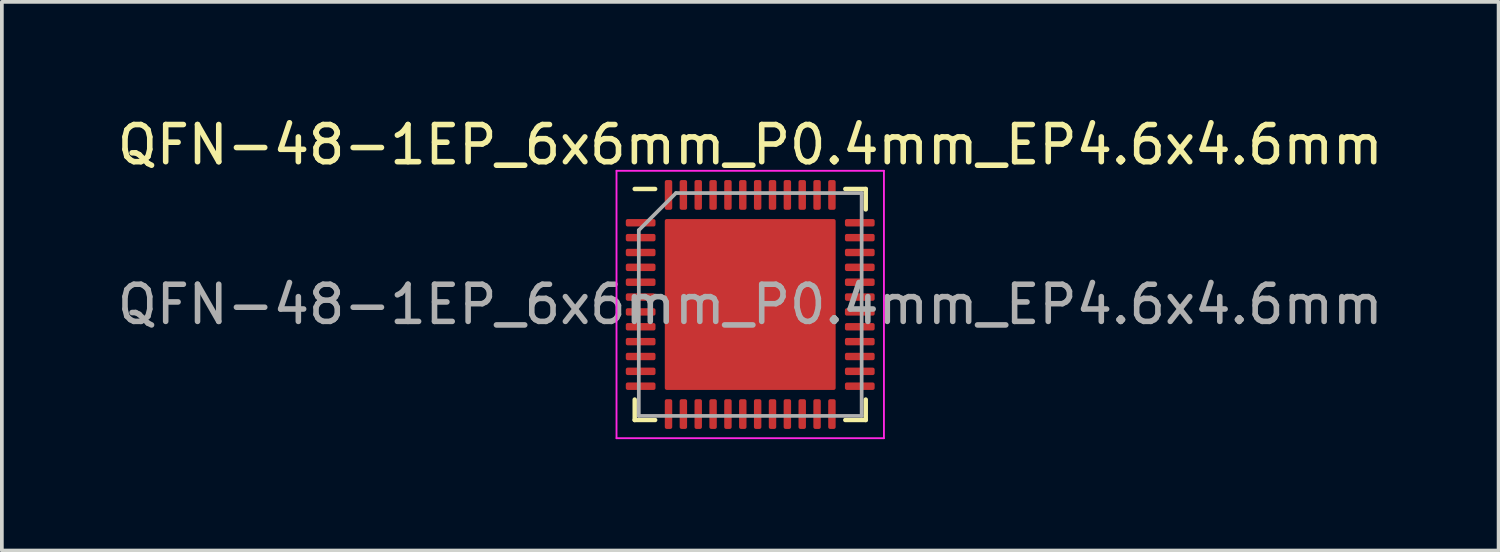
<source format=kicad_pcb>
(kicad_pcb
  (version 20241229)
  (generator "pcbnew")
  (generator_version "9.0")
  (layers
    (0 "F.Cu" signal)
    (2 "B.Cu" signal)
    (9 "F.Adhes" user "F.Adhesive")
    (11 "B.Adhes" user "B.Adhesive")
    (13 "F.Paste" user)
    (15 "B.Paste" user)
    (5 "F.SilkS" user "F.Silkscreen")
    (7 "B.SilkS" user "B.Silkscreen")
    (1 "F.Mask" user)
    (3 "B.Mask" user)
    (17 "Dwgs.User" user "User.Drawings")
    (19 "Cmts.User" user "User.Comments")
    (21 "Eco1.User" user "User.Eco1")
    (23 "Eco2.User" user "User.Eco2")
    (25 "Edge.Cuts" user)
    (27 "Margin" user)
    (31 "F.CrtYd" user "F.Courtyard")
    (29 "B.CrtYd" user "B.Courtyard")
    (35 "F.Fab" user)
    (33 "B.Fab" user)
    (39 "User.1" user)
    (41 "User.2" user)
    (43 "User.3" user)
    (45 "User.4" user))
  (footprint "QFN-48-1EP_6x6mm_P0.4mm_EP4.6x4.6mm"
    (layer "F.Cu")
    (at 17.149 5.148)
    (property "Reference" "QFN-48-1EP_6x6mm_P0.4mm_EP4.6x4.6mm" (at 0 -4.3 0) (layer "F.SilkS") (effects (font (size 1 1) (thickness 0.15))))
    (attr smd)
    (fp_line (start -3.11 3.11) (end -3.11 2.56) (stroke (width 0.12) (type solid)) (layer "F.SilkS"))
    (fp_line (start -2.56 -3.11) (end -3.11 -3.11) (stroke (width 0.12) (type solid)) (layer "F.SilkS"))
    (fp_line (start -2.56 3.11) (end -3.11 3.11) (stroke (width 0.12) (type solid)) (layer "F.SilkS"))
    (fp_line (start 2.56 -3.11) (end 3.11 -3.11) (stroke (width 0.12) (type solid)) (layer "F.SilkS"))
    (fp_line (start 2.56 3.11) (end 3.11 3.11) (stroke (width 0.12) (type solid)) (layer "F.SilkS"))
    (fp_line (start 3.11 -3.11) (end 3.11 -2.56) (stroke (width 0.12) (type solid)) (layer "F.SilkS"))
    (fp_line (start 3.11 3.11) (end 3.11 2.56) (stroke (width 0.12) (type solid)) (layer "F.SilkS"))
    (fp_line (start -3.6 -3.6) (end -3.6 3.6) (stroke (width 0.05) (type solid)) (layer "F.CrtYd"))
    (fp_line (start -3.6 3.6) (end 3.6 3.6) (stroke (width 0.05) (type solid)) (layer "F.CrtYd"))
    (fp_line (start 3.6 -3.6) (end -3.6 -3.6) (stroke (width 0.05) (type solid)) (layer "F.CrtYd"))
    (fp_line (start 3.6 3.6) (end 3.6 -3.6) (stroke (width 0.05) (type solid)) (layer "F.CrtYd"))
    (fp_line (start -3 -2) (end -2 -3) (stroke (width 0.1) (type solid)) (layer "F.Fab"))
    (fp_line (start -3 3) (end -3 -2) (stroke (width 0.1) (type solid)) (layer "F.Fab"))
    (fp_line (start -2 -3) (end 3 -3) (stroke (width 0.1) (type solid)) (layer "F.Fab"))
    (fp_line (start 3 -3) (end 3 3) (stroke (width 0.1) (type solid)) (layer "F.Fab"))
    (fp_line (start 3 3) (end -3 3) (stroke (width 0.1) (type solid)) (layer "F.Fab"))
    (fp_text user "${REFERENCE}" (at 0 0 0) (layer "F.Fab") (effects (font (size 1 1) (thickness 0.15))))
    (pad "" smd roundrect (at -1.53 -1.53) (size 1.24 1.24) (layers "F.Paste") (roundrect_rratio 0.202))
    (pad "" smd roundrect (at -1.53 0) (size 1.24 1.24) (layers "F.Paste") (roundrect_rratio 0.202))
    (pad "" smd roundrect (at -1.53 1.53) (size 1.24 1.24) (layers "F.Paste") (roundrect_rratio 0.202))
    (pad "" smd roundrect (at 0 -1.53) (size 1.24 1.24) (layers "F.Paste") (roundrect_rratio 0.202))
    (pad "" smd roundrect (at 0 0) (size 1.24 1.24) (layers "F.Paste") (roundrect_rratio 0.202))
    (pad "" smd roundrect (at 0 1.53) (size 1.24 1.24) (layers "F.Paste") (roundrect_rratio 0.202))
    (pad "" smd roundrect (at 1.53 -1.53) (size 1.24 1.24) (layers "F.Paste") (roundrect_rratio 0.202))
    (pad "" smd roundrect (at 1.53 0) (size 1.24 1.24) (layers "F.Paste") (roundrect_rratio 0.202))
    (pad "" smd roundrect (at 1.53 1.53) (size 1.24 1.24) (layers "F.Paste") (roundrect_rratio 0.202))
    (pad "1" smd roundrect (at -2.95 -2.2) (size 0.8 0.2) (layers "F.Cu" "F.Mask" "F.Paste") (roundrect_rratio 0.25))
    (pad "2" smd roundrect (at -2.95 -1.8) (size 0.8 0.2) (layers "F.Cu" "F.Mask" "F.Paste") (roundrect_rratio 0.25))
    (pad "3" smd roundrect (at -2.95 -1.4) (size 0.8 0.2) (layers "F.Cu" "F.Mask" "F.Paste") (roundrect_rratio 0.25))
    (pad "4" smd roundrect (at -2.95 -1) (size 0.8 0.2) (layers "F.Cu" "F.Mask" "F.Paste") (roundrect_rratio 0.25))
    (pad "5" smd roundrect (at -2.95 -0.6) (size 0.8 0.2) (layers "F.Cu" "F.Mask" "F.Paste") (roundrect_rratio 0.25))
    (pad "6" smd roundrect (at -2.95 -0.2) (size 0.8 0.2) (layers "F.Cu" "F.Mask" "F.Paste") (roundrect_rratio 0.25))
    (pad "7" smd roundrect (at -2.95 0.2) (size 0.8 0.2) (layers "F.Cu" "F.Mask" "F.Paste") (roundrect_rratio 0.25))
    (pad "8" smd roundrect (at -2.95 0.6) (size 0.8 0.2) (layers "F.Cu" "F.Mask" "F.Paste") (roundrect_rratio 0.25))
    (pad "9" smd roundrect (at -2.95 1) (size 0.8 0.2) (layers "F.Cu" "F.Mask" "F.Paste") (roundrect_rratio 0.25))
    (pad "10" smd roundrect (at -2.95 1.4) (size 0.8 0.2) (layers "F.Cu" "F.Mask" "F.Paste") (roundrect_rratio 0.25))
    (pad "11" smd roundrect (at -2.95 1.8) (size 0.8 0.2) (layers "F.Cu" "F.Mask" "F.Paste") (roundrect_rratio 0.25))
    (pad "12" smd roundrect (at -2.95 2.2) (size 0.8 0.2) (layers "F.Cu" "F.Mask" "F.Paste") (roundrect_rratio 0.25))
    (pad "13" smd roundrect (at -2.2 2.95) (size 0.2 0.8) (layers "F.Cu" "F.Mask" "F.Paste") (roundrect_rratio 0.25))
    (pad "14" smd roundrect (at -1.8 2.95) (size 0.2 0.8) (layers "F.Cu" "F.Mask" "F.Paste") (roundrect_rratio 0.25))
    (pad "15" smd roundrect (at -1.4 2.95) (size 0.2 0.8) (layers "F.Cu" "F.Mask" "F.Paste") (roundrect_rratio 0.25))
    (pad "16" smd roundrect (at -1 2.95) (size 0.2 0.8) (layers "F.Cu" "F.Mask" "F.Paste") (roundrect_rratio 0.25))
    (pad "17" smd roundrect (at -0.6 2.95) (size 0.2 0.8) (layers "F.Cu" "F.Mask" "F.Paste") (roundrect_rratio 0.25))
    (pad "18" smd roundrect (at -0.2 2.95) (size 0.2 0.8) (layers "F.Cu" "F.Mask" "F.Paste") (roundrect_rratio 0.25))
    (pad "19" smd roundrect (at 0.2 2.95) (size 0.2 0.8) (layers "F.Cu" "F.Mask" "F.Paste") (roundrect_rratio 0.25))
    (pad "20" smd roundrect (at 0.6 2.95) (size 0.2 0.8) (layers "F.Cu" "F.Mask" "F.Paste") (roundrect_rratio 0.25))
    (pad "21" smd roundrect (at 1 2.95) (size 0.2 0.8) (layers "F.Cu" "F.Mask" "F.Paste") (roundrect_rratio 0.25))
    (pad "22" smd roundrect (at 1.4 2.95) (size 0.2 0.8) (layers "F.Cu" "F.Mask" "F.Paste") (roundrect_rratio 0.25))
    (pad "23" smd roundrect (at 1.8 2.95) (size 0.2 0.8) (layers "F.Cu" "F.Mask" "F.Paste") (roundrect_rratio 0.25))
    (pad "24" smd roundrect (at 2.2 2.95) (size 0.2 0.8) (layers "F.Cu" "F.Mask" "F.Paste") (roundrect_rratio 0.25))
    (pad "25" smd roundrect (at 2.95 2.2) (size 0.8 0.2) (layers "F.Cu" "F.Mask" "F.Paste") (roundrect_rratio 0.25))
    (pad "26" smd roundrect (at 2.95 1.8) (size 0.8 0.2) (layers "F.Cu" "F.Mask" "F.Paste") (roundrect_rratio 0.25))
    (pad "27" smd roundrect (at 2.95 1.4) (size 0.8 0.2) (layers "F.Cu" "F.Mask" "F.Paste") (roundrect_rratio 0.25))
    (pad "28" smd roundrect (at 2.95 1) (size 0.8 0.2) (layers "F.Cu" "F.Mask" "F.Paste") (roundrect_rratio 0.25))
    (pad "29" smd roundrect (at 2.95 0.6) (size 0.8 0.2) (layers "F.Cu" "F.Mask" "F.Paste") (roundrect_rratio 0.25))
    (pad "30" smd roundrect (at 2.95 0.2) (size 0.8 0.2) (layers "F.Cu" "F.Mask" "F.Paste") (roundrect_rratio 0.25))
    (pad "31" smd roundrect (at 2.95 -0.2) (size 0.8 0.2) (layers "F.Cu" "F.Mask" "F.Paste") (roundrect_rratio 0.25))
    (pad "32" smd roundrect (at 2.95 -0.6) (size 0.8 0.2) (layers "F.Cu" "F.Mask" "F.Paste") (roundrect_rratio 0.25))
    (pad "33" smd roundrect (at 2.95 -1) (size 0.8 0.2) (layers "F.Cu" "F.Mask" "F.Paste") (roundrect_rratio 0.25))
    (pad "34" smd roundrect (at 2.95 -1.4) (size 0.8 0.2) (layers "F.Cu" "F.Mask" "F.Paste") (roundrect_rratio 0.25))
    (pad "35" smd roundrect (at 2.95 -1.8) (size 0.8 0.2) (layers "F.Cu" "F.Mask" "F.Paste") (roundrect_rratio 0.25))
    (pad "36" smd roundrect (at 2.95 -2.2) (size 0.8 0.2) (layers "F.Cu" "F.Mask" "F.Paste") (roundrect_rratio 0.25))
    (pad "37" smd roundrect (at 2.2 -2.95) (size 0.2 0.8) (layers "F.Cu" "F.Mask" "F.Paste") (roundrect_rratio 0.25))
    (pad "38" smd roundrect (at 1.8 -2.95) (size 0.2 0.8) (layers "F.Cu" "F.Mask" "F.Paste") (roundrect_rratio 0.25))
    (pad "39" smd roundrect (at 1.4 -2.95) (size 0.2 0.8) (layers "F.Cu" "F.Mask" "F.Paste") (roundrect_rratio 0.25))
    (pad "40" smd roundrect (at 1 -2.95) (size 0.2 0.8) (layers "F.Cu" "F.Mask" "F.Paste") (roundrect_rratio 0.25))
    (pad "41" smd roundrect (at 0.6 -2.95) (size 0.2 0.8) (layers "F.Cu" "F.Mask" "F.Paste") (roundrect_rratio 0.25))
    (pad "42" smd roundrect (at 0.2 -2.95) (size 0.2 0.8) (layers "F.Cu" "F.Mask" "F.Paste") (roundrect_rratio 0.25))
    (pad "43" smd roundrect (at -0.2 -2.95) (size 0.2 0.8) (layers "F.Cu" "F.Mask" "F.Paste") (roundrect_rratio 0.25))
    (pad "44" smd roundrect (at -0.6 -2.95) (size 0.2 0.8) (layers "F.Cu" "F.Mask" "F.Paste") (roundrect_rratio 0.25))
    (pad "45" smd roundrect (at -1 -2.95) (size 0.2 0.8) (layers "F.Cu" "F.Mask" "F.Paste") (roundrect_rratio 0.25))
    (pad "46" smd roundrect (at -1.4 -2.95) (size 0.2 0.8) (layers "F.Cu" "F.Mask" "F.Paste") (roundrect_rratio 0.25))
    (pad "47" smd roundrect (at -1.8 -2.95) (size 0.2 0.8) (layers "F.Cu" "F.Mask" "F.Paste") (roundrect_rratio 0.25))
    (pad "48" smd roundrect (at -2.2 -2.95) (size 0.2 0.8) (layers "F.Cu" "F.Mask" "F.Paste") (roundrect_rratio 0.25))
    (pad "49" smd roundrect (at 0 0) (size 4.6 4.6) (layers "F.Cu" "F.Mask") (roundrect_rratio 0.011)))
  (gr_rect
    (start -3 -3)
    (end 37.298 11.773)
    (stroke (width 0.1) (type default))
    (fill no)
    (layer "Edge.Cuts")))
</source>
